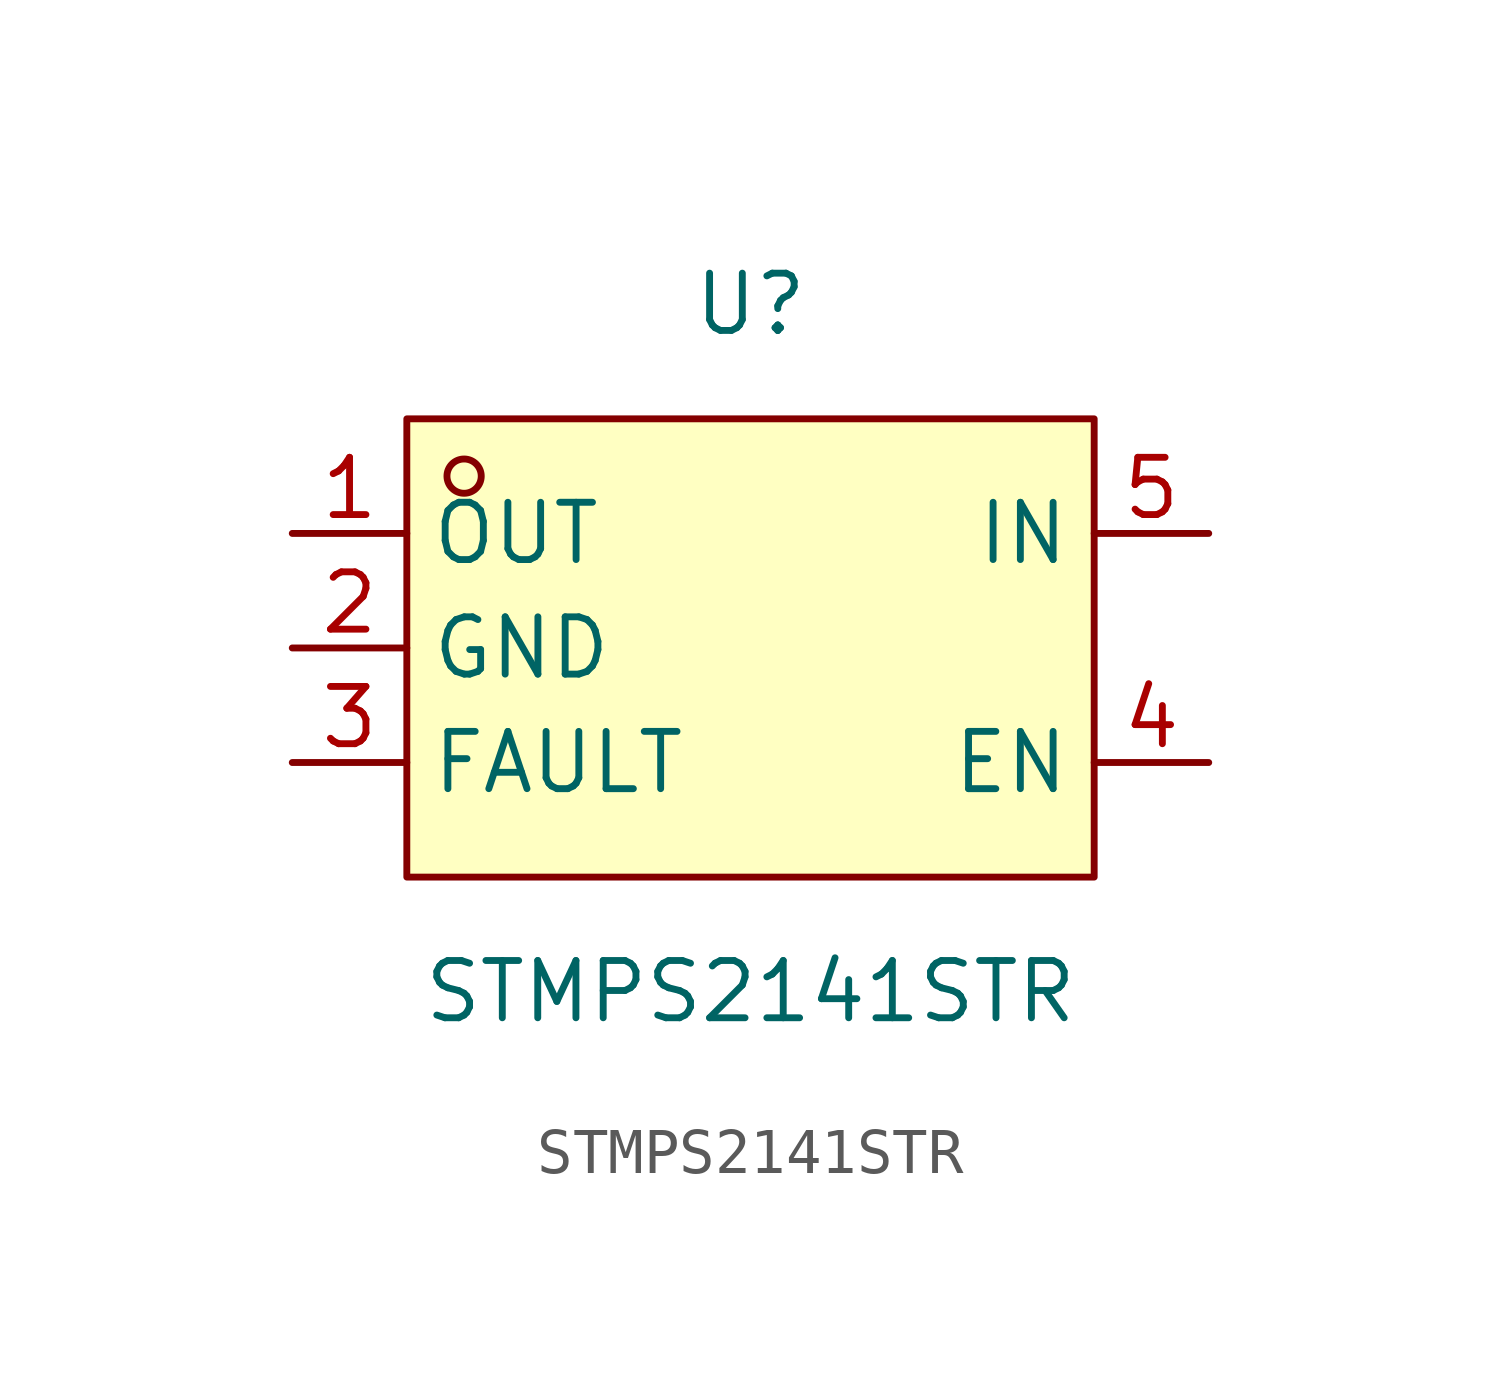
<source format=kicad_sym>
(kicad_symbol_lib
  (version 20241209)
  (generator "kicad_symbol_editor")
  (generator_version "9.0")
  (symbol "STMPS2141STR"
    (property "Reference" "U"
      (at 0 7.62 0)
      (effects (font (size 1.27 1.27))))
    (property "Value" "STMPS2141STR"
      (at 0 -7.62 0)
      (effects (font (size 1.27 1.27))))
    (symbol "STMPS2141STR_0_1"
      (rectangle (start -7.62 5.08) (end 7.62 -5.08) (stroke (width 0) (type default) (color 0 0 0 0)) (fill (type background)))
      (circle (center -6.35 3.81) (radius 0.38) (stroke (width 0) (type default) (color 0 0 0 0)) (fill (type none)))
      (pin unspecified line (at -10.16 2.54 0) (length 2.54) (name "OUT" (effects (font (size 1.27 1.27)))) (number "1" (effects (font (size 1.27 1.27)))))
      (pin unspecified line (at -10.16 -0.00 0) (length 2.54) (name "GND" (effects (font (size 1.27 1.27)))) (number "2" (effects (font (size 1.27 1.27)))))
      (pin unspecified line (at -10.16 -2.54 0) (length 2.54) (name "FAULT" (effects (font (size 1.27 1.27)))) (number "3" (effects (font (size 1.27 1.27)))))
      (pin unspecified line (at 10.16 -2.54 180) (length 2.54) (name "EN" (effects (font (size 1.27 1.27)))) (number "4" (effects (font (size 1.27 1.27)))))
      (pin unspecified line (at 10.16 2.54 180) (length 2.54) (name "IN" (effects (font (size 1.27 1.27)))) (number "5" (effects (font (size 1.27 1.27))))))))
</source>
